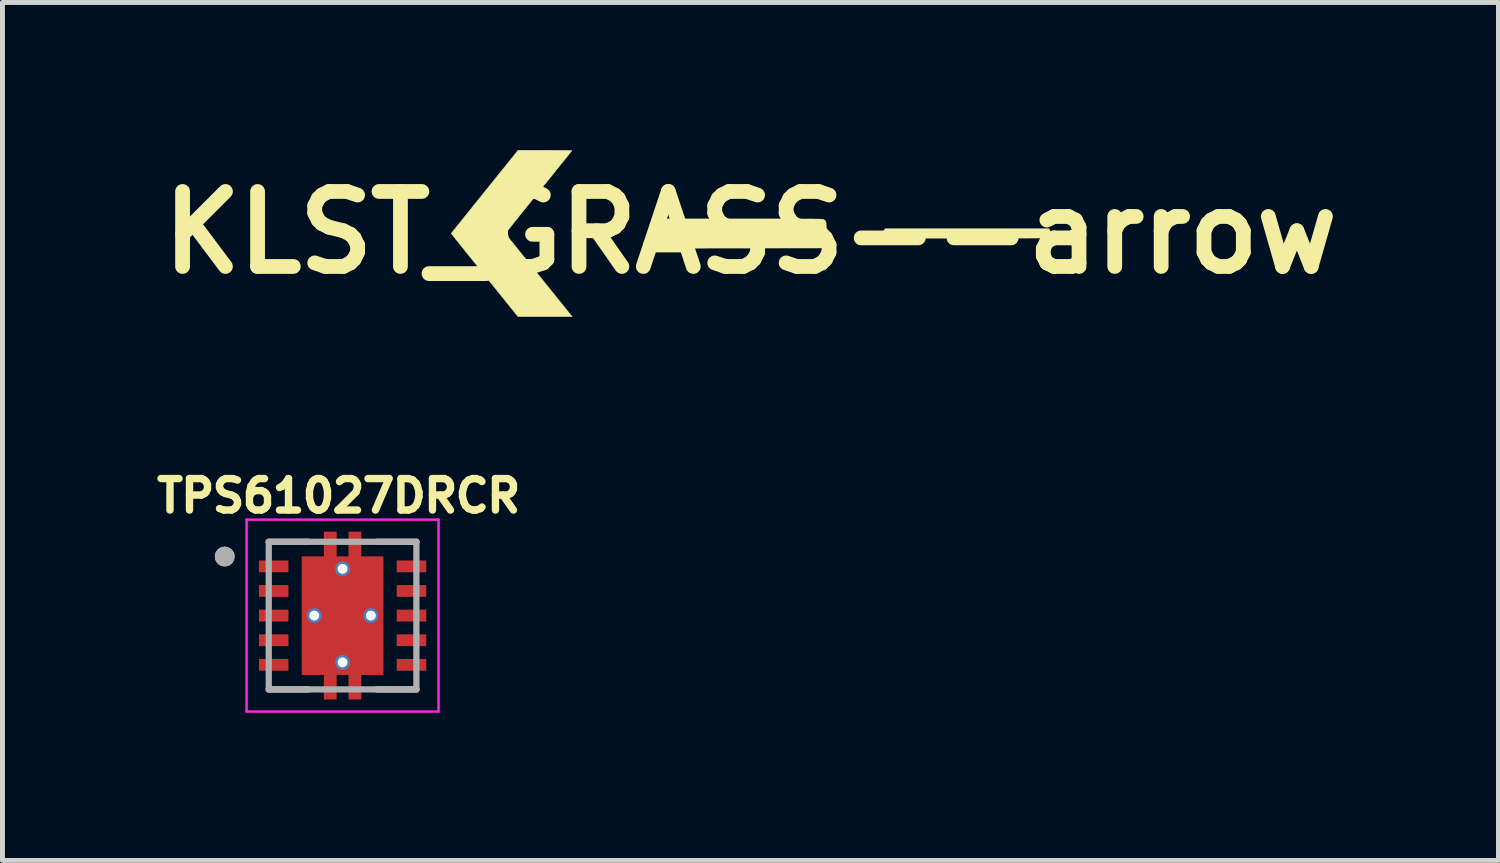
<source format=kicad_pcb>
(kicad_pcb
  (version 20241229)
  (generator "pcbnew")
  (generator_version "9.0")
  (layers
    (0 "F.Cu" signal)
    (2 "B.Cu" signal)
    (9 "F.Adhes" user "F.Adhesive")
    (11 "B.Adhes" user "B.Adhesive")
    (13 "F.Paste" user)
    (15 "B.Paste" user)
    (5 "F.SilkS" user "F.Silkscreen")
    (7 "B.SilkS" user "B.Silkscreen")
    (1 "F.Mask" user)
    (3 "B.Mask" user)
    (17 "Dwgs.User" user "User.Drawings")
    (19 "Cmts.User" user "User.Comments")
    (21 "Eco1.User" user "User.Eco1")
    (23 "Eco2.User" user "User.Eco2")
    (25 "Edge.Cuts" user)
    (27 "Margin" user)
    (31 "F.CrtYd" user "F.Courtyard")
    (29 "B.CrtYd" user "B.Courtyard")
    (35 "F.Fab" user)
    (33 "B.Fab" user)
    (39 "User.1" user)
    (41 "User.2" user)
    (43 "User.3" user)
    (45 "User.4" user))
  (footprint "KLST_GRASS--arrow"
    (layer "F.Cu")
    (at 12.199 1.675)
    (property "Reference" "KLST_GRASS--arrow" (at 0 0 0) (layer "F.SilkS") (effects (font (size 1.524 1.524) (thickness 0.3))))
    (attr through_hole)
    (fp_poly (pts (xy 6.076 -0.059) (xy 6.083 -0.05) (xy 6.087 -0.037) (xy 6.089 -0.02) (xy 6.09 0.006) (xy 6.09 0.017) (xy 6.088 0.055) (xy 6.085 0.082) (xy 6.077 0.1) (xy 6.068 0.109) (xy 6.061 0.11) (xy 6.042 0.11) (xy 6.011 0.111) (xy 5.97 0.111) (xy 5.917 0.111) (xy 5.855 0.112) (xy 5.783 0.112) (xy 5.702 0.112) (xy 5.612 0.113) (xy 5.515 0.113) (xy 5.41 0.113) (xy 5.299 0.113) (xy 5.181 0.114) (xy 5.057 0.114) (xy 4.927 0.114) (xy 4.794 0.114) (xy 4.655 0.114) (xy 4.513 0.114) (xy 4.401 0.114) (xy 4.256 0.114) (xy 4.115 0.114) (xy 3.978 0.114) (xy 3.845 0.114) (xy 3.717 0.114) (xy 3.594 0.114) (xy 3.477 0.113) (xy 3.367 0.113) (xy 3.264 0.113) (xy 3.168 0.113) (xy 3.081 0.112) (xy 3.002 0.112) (xy 2.932 0.112) (xy 2.871 0.111) (xy 2.821 0.111) (xy 2.782 0.111) (xy 2.754 0.11) (xy 2.737 0.11) (xy 2.733 0.109) (xy 2.723 0.098) (xy 2.716 0.08) (xy 2.712 0.052) (xy 2.711 0.017) (xy 2.712 -0.012) (xy 2.713 -0.032) (xy 2.717 -0.046) (xy 2.722 -0.056) (xy 2.725 -0.059) (xy 2.738 -0.076) (xy 6.063 -0.076) (xy 6.076 -0.059)) (stroke (width 0.01) (type solid)) (fill yes) (layer "F.SilkS"))
    (fp_poly (pts (xy 0.131 -0.276) (xy 0.279 -0.276) (xy 0.416 -0.276) (xy 0.542 -0.276) (xy 0.657 -0.276) (xy 0.763 -0.276) (xy 0.859 -0.276) (xy 0.946 -0.276) (xy 1.024 -0.276) (xy 1.095 -0.275) (xy 1.157 -0.275) (xy 1.213 -0.275) (xy 1.262 -0.275) (xy 1.304 -0.274) (xy 1.341 -0.274) (xy 1.372 -0.273) (xy 1.398 -0.273) (xy 1.42 -0.272) (xy 1.438 -0.272) (xy 1.452 -0.271) (xy 1.464 -0.27) (xy 1.472 -0.269) (xy 1.479 -0.268) (xy 1.483 -0.267) (xy 1.487 -0.266) (xy 1.49 -0.265) (xy 1.492 -0.263) (xy 1.492 -0.263) (xy 1.51 -0.249) (xy 1.526 -0.23) (xy 1.527 -0.228) (xy 1.53 -0.222) (xy 1.533 -0.215) (xy 1.535 -0.206) (xy 1.537 -0.193) (xy 1.538 -0.176) (xy 1.539 -0.152) (xy 1.539 -0.121) (xy 1.54 -0.081) (xy 1.54 -0.031) (xy 1.54 0.019) (xy 1.54 0.079) (xy 1.54 0.127) (xy 1.539 0.165) (xy 1.539 0.195) (xy 1.538 0.217) (xy 1.537 0.234) (xy 1.535 0.246) (xy 1.533 0.255) (xy 1.53 0.261) (xy 1.527 0.266) (xy 1.514 0.284) (xy 1.498 0.3) (xy 1.497 0.301) (xy 1.479 0.314) (xy -0.189 0.316) (xy -0.361 0.316) (xy -0.521 0.316) (xy -0.669 0.316) (xy -0.806 0.316) (xy -0.932 0.317) (xy -1.047 0.317) (xy -1.152 0.317) (xy -1.248 0.317) (xy -1.335 0.317) (xy -1.414 0.317) (xy -1.484 0.316) (xy -1.546 0.316) (xy -1.602 0.316) (xy -1.651 0.316) (xy -1.693 0.315) (xy -1.73 0.315) (xy -1.761 0.315) (xy -1.787 0.314) (xy -1.809 0.313) (xy -1.827 0.313) (xy -1.842 0.312) (xy -1.853 0.311) (xy -1.862 0.31) (xy -1.869 0.309) (xy -1.874 0.308) (xy -1.877 0.307) (xy -1.881 0.306) (xy -1.883 0.305) (xy -1.909 0.285) (xy -1.923 0.267) (xy -1.927 0.26) (xy -1.93 0.253) (xy -1.932 0.245) (xy -1.934 0.233) (xy -1.935 0.218) (xy -1.936 0.197) (xy -1.936 0.169) (xy -1.936 0.132) (xy -1.936 0.087) (xy -1.936 0.03) (xy -1.935 0.013) (xy -1.935 -0.047) (xy -1.934 -0.095) (xy -1.934 -0.134) (xy -1.933 -0.164) (xy -1.932 -0.186) (xy -1.931 -0.202) (xy -1.929 -0.214) (xy -1.927 -0.222) (xy -1.924 -0.228) (xy -1.92 -0.233) (xy -1.905 -0.249) (xy -1.89 -0.263) (xy -1.872 -0.276) (xy -0.029 -0.276) (xy 0.131 -0.276)) (stroke (width 0.01) (type solid)) (fill yes) (layer "F.SilkS"))
    (fp_poly (pts (xy -4.086 -1.67) (xy -4.003 -1.67) (xy -3.927 -1.67) (xy -3.858 -1.669) (xy -3.796 -1.669) (xy -3.743 -1.668) (xy -3.699 -1.667) (xy -3.665 -1.667) (xy -3.642 -1.666) (xy -3.63 -1.665) (xy -3.629 -1.664) (xy -3.633 -1.659) (xy -3.645 -1.644) (xy -3.664 -1.62) (xy -3.689 -1.588) (xy -3.721 -1.548) (xy -3.759 -1.501) (xy -3.803 -1.447) (xy -3.851 -1.387) (xy -3.905 -1.321) (xy -3.962 -1.249) (xy -4.023 -1.173) (xy -4.088 -1.093) (xy -4.156 -1.009) (xy -4.226 -0.921) (xy -4.299 -0.831) (xy -4.309 -0.819) (xy -4.395 -0.712) (xy -4.473 -0.615) (xy -4.544 -0.527) (xy -4.608 -0.447) (xy -4.666 -0.375) (xy -4.717 -0.311) (xy -4.763 -0.254) (xy -4.803 -0.204) (xy -4.837 -0.161) (xy -4.867 -0.123) (xy -4.893 -0.091) (xy -4.914 -0.063) (xy -4.931 -0.041) (xy -4.945 -0.022) (xy -4.956 -0.007) (xy -4.964 0.005) (xy -4.97 0.014) (xy -4.973 0.021) (xy -4.975 0.026) (xy -4.976 0.029) (xy -4.975 0.031) (xy -4.974 0.033) (xy -4.973 0.034) (xy -4.968 0.041) (xy -4.955 0.056) (xy -4.935 0.081) (xy -4.909 0.114) (xy -4.876 0.154) (xy -4.837 0.202) (xy -4.793 0.257) (xy -4.744 0.317) (xy -4.691 0.384) (xy -4.633 0.455) (xy -4.572 0.531) (xy -4.507 0.612) (xy -4.44 0.695) (xy -4.37 0.782) (xy -4.315 0.851) (xy -4.243 0.94) (xy -4.174 1.026) (xy -4.106 1.11) (xy -4.042 1.189) (xy -3.981 1.265) (xy -3.924 1.337) (xy -3.87 1.403) (xy -3.822 1.463) (xy -3.778 1.517) (xy -3.74 1.565) (xy -3.708 1.605) (xy -3.682 1.637) (xy -3.662 1.661) (xy -3.65 1.676) (xy -3.646 1.681) (xy -3.624 1.708) (xy -4.723 1.708) (xy -5.401 0.866) (xy -5.474 0.775) (xy -5.545 0.687) (xy -5.613 0.602) (xy -5.678 0.521) (xy -5.74 0.445) (xy -5.798 0.372) (xy -5.851 0.305) (xy -5.9 0.244) (xy -5.944 0.189) (xy -5.983 0.141) (xy -6.015 0.1) (xy -6.041 0.066) (xy -6.061 0.041) (xy -6.073 0.025) (xy -6.078 0.018) (xy -6.078 0.018) (xy -6.074 0.012) (xy -6.063 -0.003) (xy -6.044 -0.026) (xy -6.018 -0.058) (xy -5.986 -0.098) (xy -5.949 -0.145) (xy -5.905 -0.199) (xy -5.857 -0.26) (xy -5.804 -0.326) (xy -5.746 -0.397) (xy -5.685 -0.473) (xy -5.621 -0.554) (xy -5.553 -0.638) (xy -5.482 -0.725) (xy -5.41 -0.816) (xy -5.399 -0.829) (xy -4.722 -1.67) (xy -4.173 -1.67) (xy -4.086 -1.67)) (stroke (width 0.01) (type solid)) (fill yes) (layer "F.SilkS")))
  (footprint "TPS61027DRCR"
    (layer "F.Cu")
    (at 3.911 9.459)
    (property "Reference" "TPS61027DRCR" (at -0.078 -2.433 0) (layer "F.SilkS") (effects (font (size 0.64 0.64) (thickness 0.15))))
    (attr through_hole)
    (fp_poly (pts (xy -1.77 -1.19) (xy -1.03 -1.19) (xy -1.03 -0.81) (xy -1.77 -0.81)) (stroke (width 0.01) (type solid)) (fill yes) (layer "F.Mask"))
    (fp_poly (pts (xy -1.77 -0.69) (xy -1.03 -0.69) (xy -1.03 -0.31) (xy -1.77 -0.31)) (stroke (width 0.01) (type solid)) (fill yes) (layer "F.Mask"))
    (fp_poly (pts (xy -1.77 -0.19) (xy -1.03 -0.19) (xy -1.03 0.19) (xy -1.77 0.19)) (stroke (width 0.01) (type solid)) (fill yes) (layer "F.Mask"))
    (fp_poly (pts (xy -1.77 0.31) (xy -1.03 0.31) (xy -1.03 0.69) (xy -1.77 0.69)) (stroke (width 0.01) (type solid)) (fill yes) (layer "F.Mask"))
    (fp_poly (pts (xy -1.77 0.81) (xy -1.03 0.81) (xy -1.03 1.19) (xy -1.77 1.19)) (stroke (width 0.01) (type solid)) (fill yes) (layer "F.Mask"))
    (fp_poly (pts (xy 1.03 -1.19) (xy 1.77 -1.19) (xy 1.77 -0.81) (xy 1.03 -0.81)) (stroke (width 0.01) (type solid)) (fill yes) (layer "F.Mask"))
    (fp_poly (pts (xy 1.03 -0.69) (xy 1.77 -0.69) (xy 1.77 -0.31) (xy 1.03 -0.31)) (stroke (width 0.01) (type solid)) (fill yes) (layer "F.Mask"))
    (fp_poly (pts (xy 1.03 -0.19) (xy 1.77 -0.19) (xy 1.77 0.19) (xy 1.03 0.19)) (stroke (width 0.01) (type solid)) (fill yes) (layer "F.Mask"))
    (fp_poly (pts (xy 1.03 0.31) (xy 1.77 0.31) (xy 1.77 0.69) (xy 1.03 0.69)) (stroke (width 0.01) (type solid)) (fill yes) (layer "F.Mask"))
    (fp_poly (pts (xy 1.03 0.81) (xy 1.77 0.81) (xy 1.77 1.19) (xy 1.03 1.19)) (stroke (width 0.01) (type solid)) (fill yes) (layer "F.Mask"))
    (fp_poly (pts (xy -0.895 -1.27) (xy -0.445 -1.27) (xy -0.445 -1.77) (xy -0.055 -1.77) (xy -0.055 -1.27) (xy 0.055 -1.27) (xy 0.055 -1.77) (xy 0.445 -1.77) (xy 0.445 -1.27) (xy 0.895 -1.27) (xy 0.895 1.27) (xy 0.445 1.27) (xy 0.445 1.77) (xy 0.055 1.77) (xy 0.055 1.27) (xy -0.055 1.27) (xy -0.055 1.77) (xy -0.445 1.77) (xy -0.445 1.27) (xy -0.895 1.27)) (stroke (width 0.01) (type solid)) (fill yes) (layer "F.Mask"))
    (fp_line (start -1.5 -1.5) (end -0.695 -1.5) (stroke (width 0.127) (type solid)) (layer "F.SilkS"))
    (fp_line (start -1.5 1.5) (end -0.695 1.5) (stroke (width 0.127) (type solid)) (layer "F.SilkS"))
    (fp_line (start 0.695 -1.5) (end 1.5 -1.5) (stroke (width 0.127) (type solid)) (layer "F.SilkS"))
    (fp_line (start 0.695 1.5) (end 1.5 1.5) (stroke (width 0.127) (type solid)) (layer "F.SilkS"))
    (fp_circle (center -2.395 -1.2) (end -2.295 -1.2) (stroke (width 0.2) (type solid)) (fill no) (layer "F.SilkS"))
    (fp_poly (pts (xy -0.75 -1.16) (xy 0.75 -1.16) (xy 0.75 -0.1) (xy -0.75 -0.1)) (stroke (width 0.01) (type solid)) (fill yes) (layer "F.Paste"))
    (fp_poly (pts (xy -0.75 0.1) (xy 0.75 0.1) (xy 0.75 1.16) (xy -0.75 1.16)) (stroke (width 0.01) (type solid)) (fill yes) (layer "F.Paste"))
    (fp_poly (pts (xy -0.375 -1.7) (xy -0.125 -1.7) (xy -0.125 -1.36) (xy -0.375 -1.36)) (stroke (width 0.01) (type solid)) (fill yes) (layer "F.Paste"))
    (fp_poly (pts (xy -0.375 1.36) (xy -0.125 1.36) (xy -0.125 1.7) (xy -0.375 1.7)) (stroke (width 0.01) (type solid)) (fill yes) (layer "F.Paste"))
    (fp_poly (pts (xy 0.125 -1.7) (xy 0.375 -1.7) (xy 0.375 -1.36) (xy 0.125 -1.36)) (stroke (width 0.01) (type solid)) (fill yes) (layer "F.Paste"))
    (fp_poly (pts (xy 0.125 1.36) (xy 0.375 1.36) (xy 0.375 1.7) (xy 0.125 1.7)) (stroke (width 0.01) (type solid)) (fill yes) (layer "F.Paste"))
    (fp_line (start -1.95 -1.95) (end -1.95 1.95) (stroke (width 0.05) (type solid)) (layer "F.CrtYd"))
    (fp_line (start -1.95 -1.95) (end 1.95 -1.95) (stroke (width 0.05) (type solid)) (layer "F.CrtYd"))
    (fp_line (start -1.95 1.95) (end 1.95 1.95) (stroke (width 0.05) (type solid)) (layer "F.CrtYd"))
    (fp_line (start 1.95 -1.95) (end 1.95 1.95) (stroke (width 0.05) (type solid)) (layer "F.CrtYd"))
    (fp_line (start -1.5 -1.5) (end -1.5 1.5) (stroke (width 0.127) (type solid)) (layer "F.Fab"))
    (fp_line (start -1.5 -1.5) (end 1.5 -1.5) (stroke (width 0.127) (type solid)) (layer "F.Fab"))
    (fp_line (start -1.5 1.5) (end 1.5 1.5) (stroke (width 0.127) (type solid)) (layer "F.Fab"))
    (fp_line (start 1.5 -1.5) (end 1.5 1.5) (stroke (width 0.127) (type solid)) (layer "F.Fab"))
    (fp_circle (center -2.395 -1.2) (end -2.295 -1.2) (stroke (width 0.2) (type solid)) (fill no) (layer "F.Fab"))
    (pad "1" smd roundrect (at -1.4 -1) (size 0.6 0.24) (layers "F.Cu" "F.Paste") (roundrect_rratio 0.03))
    (pad "2" smd roundrect (at -1.4 -0.5) (size 0.6 0.24) (layers "F.Cu" "F.Paste") (roundrect_rratio 0.03))
    (pad "3" smd roundrect (at -1.4 0) (size 0.6 0.24) (layers "F.Cu" "F.Paste") (roundrect_rratio 0.03))
    (pad "4" smd roundrect (at -1.4 0.5) (size 0.6 0.24) (layers "F.Cu" "F.Paste") (roundrect_rratio 0.03))
    (pad "5" smd roundrect (at -1.4 1) (size 0.6 0.24) (layers "F.Cu" "F.Paste") (roundrect_rratio 0.03))
    (pad "6" smd roundrect (at 1.4 1) (size 0.6 0.24) (layers "F.Cu" "F.Paste") (roundrect_rratio 0.03))
    (pad "7" smd roundrect (at 1.4 0.5) (size 0.6 0.24) (layers "F.Cu" "F.Paste") (roundrect_rratio 0.03))
    (pad "8" smd roundrect (at 1.4 0) (size 0.6 0.24) (layers "F.Cu" "F.Paste") (roundrect_rratio 0.03))
    (pad "9" smd roundrect (at 1.4 -0.5) (size 0.6 0.24) (layers "F.Cu" "F.Paste") (roundrect_rratio 0.03))
    (pad "10" smd roundrect (at 1.4 -1) (size 0.6 0.24) (layers "F.Cu" "F.Paste") (roundrect_rratio 0.03))
    (pad "11" smd custom (at 0 0) (size 1.65 2.4) (layers "F.Cu") (options (anchor rect)) (primitives (gr_poly (pts (xy -0.825 -1.2) (xy -0.375 -1.2) (xy -0.375 -1.7) (xy -0.125 -1.7) (xy -0.125 -1.2) (xy 0.125 -1.2) (xy 0.125 -1.7) (xy 0.375 -1.7) (xy 0.375 -1.2) (xy 0.825 -1.2) (xy 0.825 1.2) (xy 0.375 1.2) (xy 0.375 1.7) (xy 0.125 1.7) (xy 0.125 1.2) (xy -0.125 1.2) (xy -0.125 1.7) (xy -0.375 1.7) (xy -0.375 1.2) (xy -0.825 1.2)) (width 0.01) (fill yes))))
    (pad "12" thru_hole circle (at 0 0.95) (size 0.3 0.3) (drill 0.2) (layers "*.Cu"))
    (pad "13" thru_hole circle (at -0.575 0) (size 0.3 0.3) (drill 0.2) (layers "*.Cu"))
    (pad "14" thru_hole circle (at 0.575 0) (size 0.3 0.3) (drill 0.2) (layers "*.Cu"))
    (pad "15" thru_hole circle (at 0 -0.95) (size 0.3 0.3) (drill 0.2) (layers "*.Cu")))
  (gr_rect
    (start -3 -3)
    (end 27.399 14.434)
    (stroke (width 0.1) (type default))
    (fill no)
    (layer "Edge.Cuts")))
</source>
